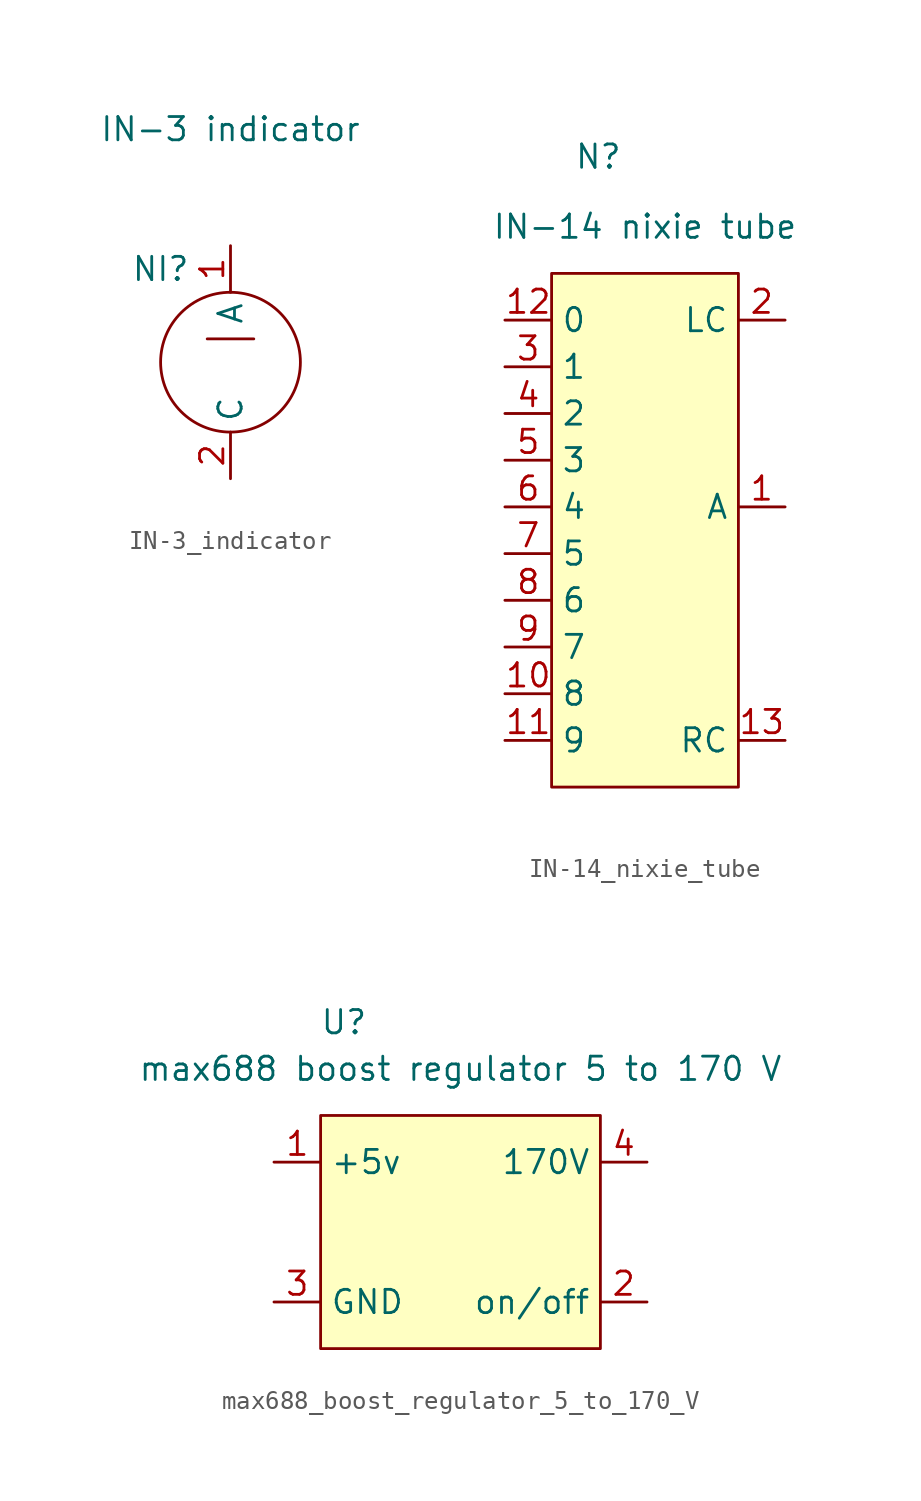
<source format=kicad_sym>
(kicad_symbol_lib
  (version 20220914)
  (generator kicad_symbol_editor)
  (symbol "IN-3_indicator"
    (property "Reference" "NI"
      (at -3.81 5.08 0)
      (effects (font (size 1.27 1.27))))
    (property "Value" "IN-3 indicator"
      (at 0 12.7 0)
      (effects (font (size 1.27 1.27))))
    (symbol "IN-3_indicator_0_1"
      (polyline (pts (xy -1.27 1.27) (xy 1.27 1.27)) (stroke (width 0) (type default)) (fill (type none)))
      (circle (center 0 0) (radius 3.81) (stroke (width 0) (type default)) (fill (type none))))
    (symbol "IN-3_indicator_1_1"
      (pin passive line (at 0 6.35 270) (length 2.54) (name "A" (effects (font (size 1.27 1.27)))) (number "1" (effects (font (size 1.27 1.27)))))
      (pin passive line (at 0 -6.35 90) (length 2.54) (name "C" (effects (font (size 1.27 1.27)))) (number "2" (effects (font (size 1.27 1.27)))))))
  (symbol "IN-14_nixie_tube"
    (property "Reference" "N"
      (at -2.54 19.05 0)
      (effects (font (size 1.27 1.27))))
    (property "Value" "IN-14 nixie tube"
      (at 0 15.24 0)
      (effects (font (size 1.27 1.27))))
    (symbol "IN-14_nixie_tube_1_1"
      (rectangle (start -5.08 12.7) (end 5.08 -15.24) (stroke (width 0) (type default)) (fill (type background)))
      (pin passive line (at 7.62 0 180) (length 2.54) (name "A" (effects (font (size 1.27 1.27)))) (number "1" (effects (font (size 1.27 1.27)))))
      (pin passive line (at -7.62 -10.16 0) (length 2.54) (name "8" (effects (font (size 1.27 1.27)))) (number "10" (effects (font (size 1.27 1.27)))))
      (pin passive line (at -7.62 -12.7 0) (length 2.54) (name "9" (effects (font (size 1.27 1.27)))) (number "11" (effects (font (size 1.27 1.27)))))
      (pin passive line (at -7.62 10.16 0) (length 2.54) (name "0" (effects (font (size 1.27 1.27)))) (number "12" (effects (font (size 1.27 1.27)))))
      (pin passive line (at 7.62 -12.7 180) (length 2.54) (name "RC" (effects (font (size 1.27 1.27)))) (number "13" (effects (font (size 1.27 1.27)))))
      (pin passive line (at 7.62 10.16 180) (length 2.54) (name "LC" (effects (font (size 1.27 1.27)))) (number "2" (effects (font (size 1.27 1.27)))))
      (pin passive line (at -7.62 7.62 0) (length 2.54) (name "1" (effects (font (size 1.27 1.27)))) (number "3" (effects (font (size 1.27 1.27)))))
      (pin passive line (at -7.62 5.08 0) (length 2.54) (name "2" (effects (font (size 1.27 1.27)))) (number "4" (effects (font (size 1.27 1.27)))))
      (pin passive line (at -7.62 2.54 0) (length 2.54) (name "3" (effects (font (size 1.27 1.27)))) (number "5" (effects (font (size 1.27 1.27)))))
      (pin passive line (at -7.62 0 0) (length 2.54) (name "4" (effects (font (size 1.27 1.27)))) (number "6" (effects (font (size 1.27 1.27)))))
      (pin passive line (at -7.62 -2.54 0) (length 2.54) (name "5" (effects (font (size 1.27 1.27)))) (number "7" (effects (font (size 1.27 1.27)))))
      (pin passive line (at -7.62 -5.08 0) (length 2.54) (name "6" (effects (font (size 1.27 1.27)))) (number "8" (effects (font (size 1.27 1.27)))))
      (pin passive line (at -7.62 -7.62 0) (length 2.54) (name "7" (effects (font (size 1.27 1.27)))) (number "9" (effects (font (size 1.27 1.27)))))))
  (symbol "max688_boost_regulator_5_to_170_V"
    (property "Reference" "U"
      (at -6.35 11.43 0)
      (effects (font (size 1.27 1.27))))
    (property "Value" "max688 boost regulator 5 to 170 V"
      (at 0 8.89 0)
      (effects (font (size 1.27 1.27))))
    (symbol "max688_boost_regulator_5_to_170_V_1_1"
      (rectangle (start -7.62 6.35) (end 7.62 -6.35) (stroke (width 0) (type default)) (fill (type background)))
      (pin power_in line (at -10.16 3.81 0) (length 2.54) (name "+5v" (effects (font (size 1.27 1.27)))) (number "1" (effects (font (size 1.27 1.27)))))
      (pin input line (at 10.16 -3.81 180) (length 2.54) (name "on/off" (effects (font (size 1.27 1.27)))) (number "2" (effects (font (size 1.27 1.27)))))
      (pin power_in line (at -10.16 -3.81 0) (length 2.54) (name "GND" (effects (font (size 1.27 1.27)))) (number "3" (effects (font (size 1.27 1.27)))))
      (pin power_out line (at 10.16 3.81 180) (length 2.54) (name "170V" (effects (font (size 1.27 1.27)))) (number "4" (effects (font (size 1.27 1.27))))))))
</source>
